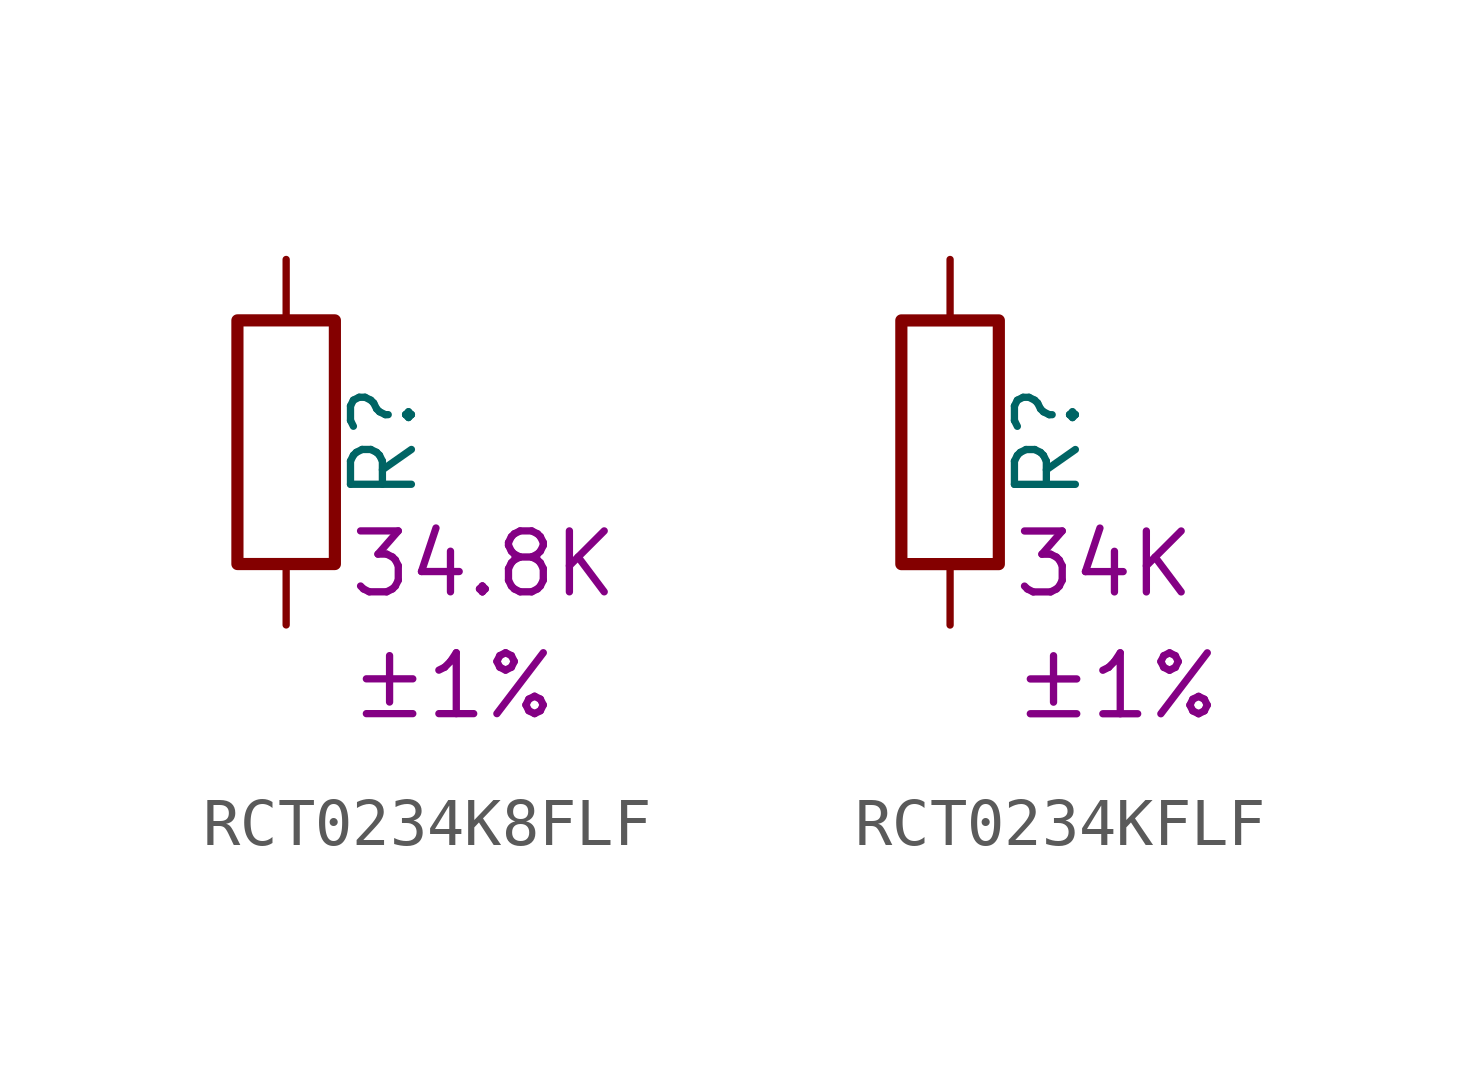
<source format=kicad_sym>
(kicad_symbol_lib
  (version 20220914)
  (generator kicad_symbol_editor)
  (symbol "RCT0234K8FLF"
    (pin_numbers hide)
    (pin_names
      (offset 0))
    (property "Reference" "R"
      (at 2.032 0 90)
      (effects (font (size 1.27 1.27))))
    (property "Resistance" "34.8K"
      (at 1.27 -2.54 0)
      (effects (font (size 1.27 1.27)) (justify left)))
    (property "Tolerance" "±1%"
      (at 1.27 -5.08 0)
      (effects (font (size 1.27 1.27)) (justify left)))
    (symbol "RCT0234K8FLF_0_1"
      (rectangle (start -1.016 -2.54) (end 1.016 2.54) (stroke (width 0.254) (type default)) (fill (type none))))
    (symbol "RCT0234K8FLF_1_1"
      (pin passive line (at 0 3.81 270) (length 1.27) (name "~" (effects (font (size 1.27 1.27)))) (number "1" (effects (font (size 1.27 1.27)))))
      (pin passive line (at 0 -3.81 90) (length 1.27) (name "~" (effects (font (size 1.27 1.27)))) (number "2" (effects (font (size 1.27 1.27)))))))
  (symbol "RCT0234KFLF"
    (pin_numbers hide)
    (pin_names
      (offset 0))
    (property "Reference" "R"
      (at 2.032 0 90)
      (effects (font (size 1.27 1.27))))
    (property "Resistance" "34K"
      (at 1.27 -2.54 0)
      (effects (font (size 1.27 1.27)) (justify left)))
    (property "Tolerance" "±1%"
      (at 1.27 -5.08 0)
      (effects (font (size 1.27 1.27)) (justify left)))
    (symbol "RCT0234KFLF_0_1"
      (rectangle (start -1.016 -2.54) (end 1.016 2.54) (stroke (width 0.254) (type default)) (fill (type none))))
    (symbol "RCT0234KFLF_1_1"
      (pin passive line (at 0 3.81 270) (length 1.27) (name "~" (effects (font (size 1.27 1.27)))) (number "1" (effects (font (size 1.27 1.27)))))
      (pin passive line (at 0 -3.81 90) (length 1.27) (name "~" (effects (font (size 1.27 1.27)))) (number "2" (effects (font (size 1.27 1.27))))))))
</source>
